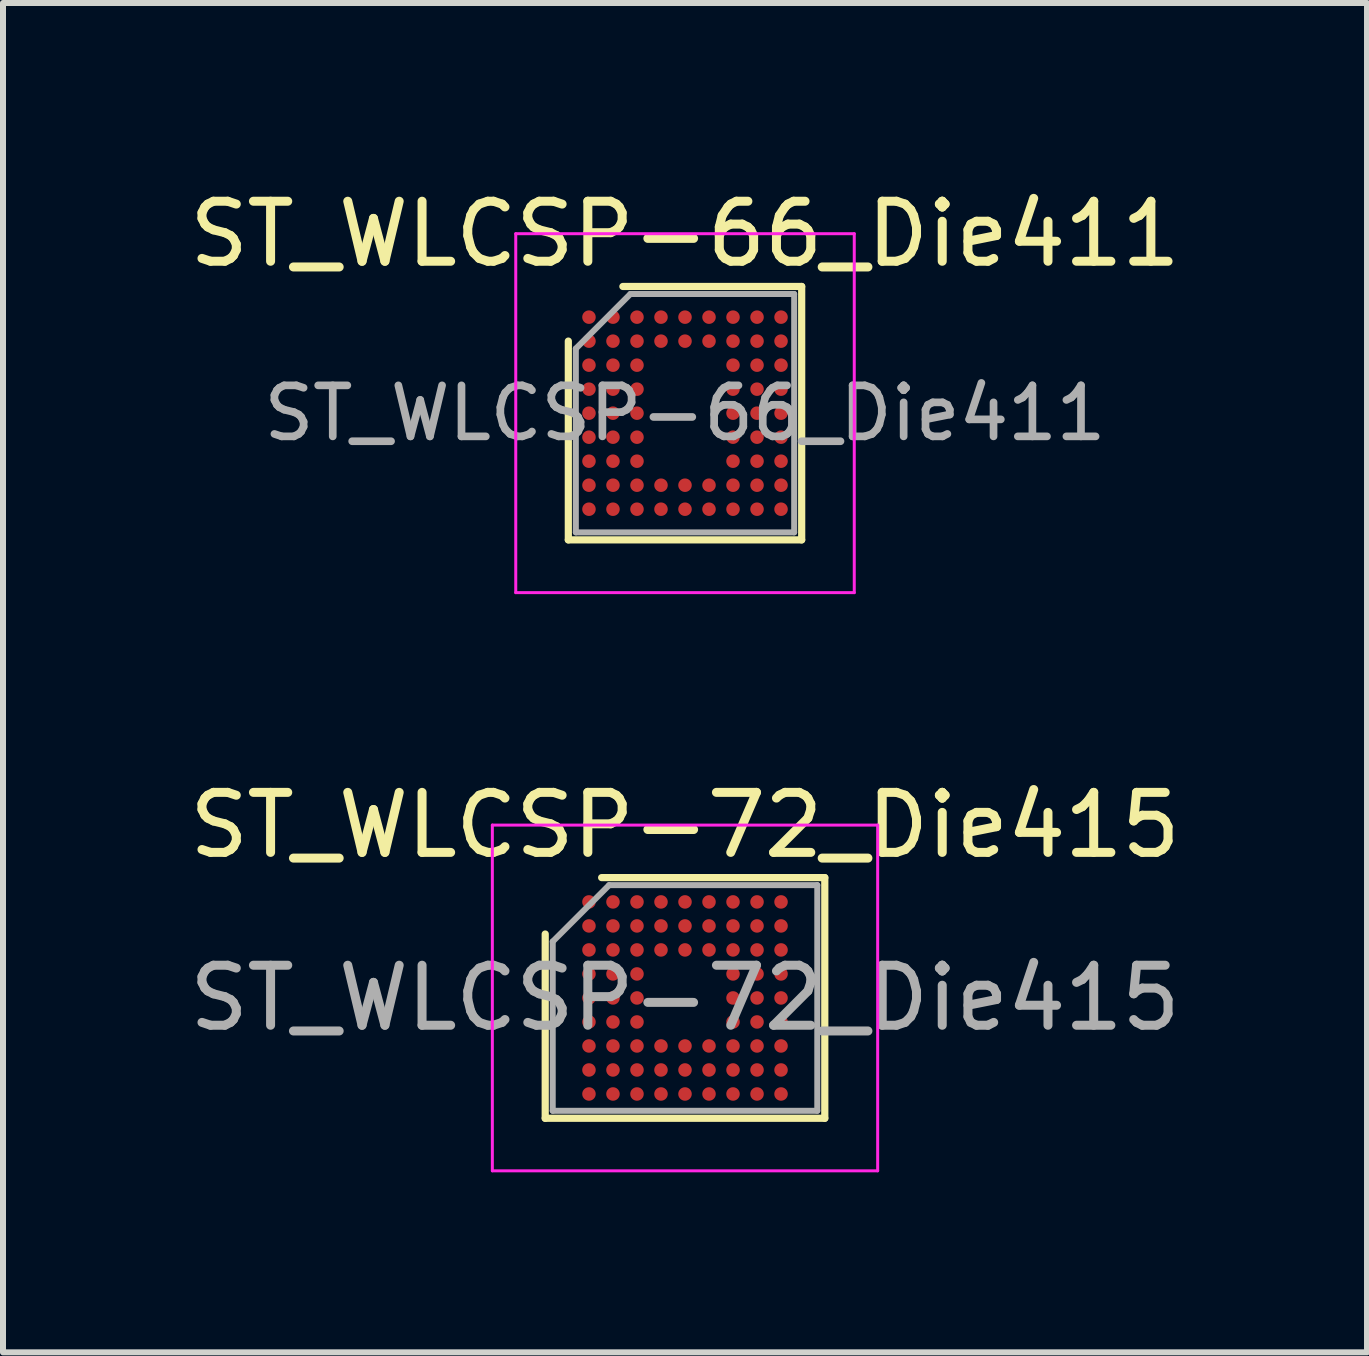
<source format=kicad_pcb>
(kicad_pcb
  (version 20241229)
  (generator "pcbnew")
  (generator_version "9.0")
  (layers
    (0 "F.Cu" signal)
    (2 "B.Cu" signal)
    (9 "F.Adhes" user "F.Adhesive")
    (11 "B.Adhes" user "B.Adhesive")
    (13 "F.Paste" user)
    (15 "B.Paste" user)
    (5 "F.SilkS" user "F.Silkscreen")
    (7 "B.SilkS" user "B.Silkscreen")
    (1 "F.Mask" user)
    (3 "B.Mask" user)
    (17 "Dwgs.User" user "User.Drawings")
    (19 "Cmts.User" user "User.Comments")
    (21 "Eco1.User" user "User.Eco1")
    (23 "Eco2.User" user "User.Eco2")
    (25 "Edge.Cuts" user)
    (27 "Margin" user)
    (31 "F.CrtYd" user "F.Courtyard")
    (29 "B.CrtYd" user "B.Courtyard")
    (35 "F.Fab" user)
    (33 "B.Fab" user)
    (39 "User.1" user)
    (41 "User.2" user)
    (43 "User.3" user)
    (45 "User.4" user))
  (footprint "ST_WLCSP-72_Die415"
    (layer "F.Cu")
    (at 8.363 13.577)
    (property "Reference" "ST_WLCSP-72_Die415" (at 0 -2.88 0) (layer "F.SilkS") (effects (font (size 1 1) (thickness 0.15))))
    (attr smd)
    (fp_line (start -2.329 2.005) (end -2.329 -1.065) (stroke (width 0.12) (type solid)) (layer "F.SilkS"))
    (fp_line (start -1.389 -2.005) (end 2.329 -2.005) (stroke (width 0.12) (type solid)) (layer "F.SilkS"))
    (fp_line (start 2.329 -2.005) (end 2.329 2.005) (stroke (width 0.12) (type solid)) (layer "F.SilkS"))
    (fp_line (start 2.329 2.005) (end -2.329 2.005) (stroke (width 0.12) (type solid)) (layer "F.SilkS"))
    (fp_line (start -3.21 -2.88) (end -3.21 2.88) (stroke (width 0.05) (type solid)) (layer "F.CrtYd"))
    (fp_line (start -3.21 2.88) (end 3.21 2.88) (stroke (width 0.05) (type solid)) (layer "F.CrtYd"))
    (fp_line (start 3.21 -2.88) (end -3.21 -2.88) (stroke (width 0.05) (type solid)) (layer "F.CrtYd"))
    (fp_line (start 3.21 2.88) (end 3.21 -2.88) (stroke (width 0.05) (type solid)) (layer "F.CrtYd"))
    (fp_line (start -2.204 -0.94) (end -1.264 -1.88) (stroke (width 0.1) (type solid)) (layer "F.Fab"))
    (fp_line (start -2.204 1.88) (end -2.204 -0.94) (stroke (width 0.1) (type solid)) (layer "F.Fab"))
    (fp_line (start -1.264 -1.88) (end 2.204 -1.88) (stroke (width 0.1) (type solid)) (layer "F.Fab"))
    (fp_line (start 2.204 -1.88) (end 2.204 1.88) (stroke (width 0.1) (type solid)) (layer "F.Fab"))
    (fp_line (start 2.204 1.88) (end -2.204 1.88) (stroke (width 0.1) (type solid)) (layer "F.Fab"))
    (fp_text user "${REFERENCE}" (at 0 0 0) (layer "F.Fab") (effects (font (size 1 1) (thickness 0.15))))
    (pad "A1" smd circle (at -1.6 -1.6) (size 0.225 0.225) (layers "F.Cu" "F.Mask" "F.Paste"))
    (pad "A2" smd circle (at -1.2 -1.6) (size 0.225 0.225) (layers "F.Cu" "F.Mask" "F.Paste"))
    (pad "A3" smd circle (at -0.8 -1.6) (size 0.225 0.225) (layers "F.Cu" "F.Mask" "F.Paste"))
    (pad "A4" smd circle (at -0.4 -1.6) (size 0.225 0.225) (layers "F.Cu" "F.Mask" "F.Paste"))
    (pad "A5" smd circle (at 0 -1.6) (size 0.225 0.225) (layers "F.Cu" "F.Mask" "F.Paste"))
    (pad "A6" smd circle (at 0.4 -1.6) (size 0.225 0.225) (layers "F.Cu" "F.Mask" "F.Paste"))
    (pad "A7" smd circle (at 0.8 -1.6) (size 0.225 0.225) (layers "F.Cu" "F.Mask" "F.Paste"))
    (pad "A8" smd circle (at 1.2 -1.6) (size 0.225 0.225) (layers "F.Cu" "F.Mask" "F.Paste"))
    (pad "A9" smd circle (at 1.6 -1.6) (size 0.225 0.225) (layers "F.Cu" "F.Mask" "F.Paste"))
    (pad "B1" smd circle (at -1.6 -1.2) (size 0.225 0.225) (layers "F.Cu" "F.Mask" "F.Paste"))
    (pad "B2" smd circle (at -1.2 -1.2) (size 0.225 0.225) (layers "F.Cu" "F.Mask" "F.Paste"))
    (pad "B3" smd circle (at -0.8 -1.2) (size 0.225 0.225) (layers "F.Cu" "F.Mask" "F.Paste"))
    (pad "B4" smd circle (at -0.4 -1.2) (size 0.225 0.225) (layers "F.Cu" "F.Mask" "F.Paste"))
    (pad "B5" smd circle (at 0 -1.2) (size 0.225 0.225) (layers "F.Cu" "F.Mask" "F.Paste"))
    (pad "B6" smd circle (at 0.4 -1.2) (size 0.225 0.225) (layers "F.Cu" "F.Mask" "F.Paste"))
    (pad "B7" smd circle (at 0.8 -1.2) (size 0.225 0.225) (layers "F.Cu" "F.Mask" "F.Paste"))
    (pad "B8" smd circle (at 1.2 -1.2) (size 0.225 0.225) (layers "F.Cu" "F.Mask" "F.Paste"))
    (pad "B9" smd circle (at 1.6 -1.2) (size 0.225 0.225) (layers "F.Cu" "F.Mask" "F.Paste"))
    (pad "C1" smd circle (at -1.6 -0.8) (size 0.225 0.225) (layers "F.Cu" "F.Mask" "F.Paste"))
    (pad "C2" smd circle (at -1.2 -0.8) (size 0.225 0.225) (layers "F.Cu" "F.Mask" "F.Paste"))
    (pad "C3" smd circle (at -0.8 -0.8) (size 0.225 0.225) (layers "F.Cu" "F.Mask" "F.Paste"))
    (pad "C4" smd circle (at -0.4 -0.8) (size 0.225 0.225) (layers "F.Cu" "F.Mask" "F.Paste"))
    (pad "C5" smd circle (at 0 -0.8) (size 0.225 0.225) (layers "F.Cu" "F.Mask" "F.Paste"))
    (pad "C6" smd circle (at 0.4 -0.8) (size 0.225 0.225) (layers "F.Cu" "F.Mask" "F.Paste"))
    (pad "C7" smd circle (at 0.8 -0.8) (size 0.225 0.225) (layers "F.Cu" "F.Mask" "F.Paste"))
    (pad "C8" smd circle (at 1.2 -0.8) (size 0.225 0.225) (layers "F.Cu" "F.Mask" "F.Paste"))
    (pad "C9" smd circle (at 1.6 -0.8) (size 0.225 0.225) (layers "F.Cu" "F.Mask" "F.Paste"))
    (pad "D1" smd circle (at -1.6 -0.4) (size 0.225 0.225) (layers "F.Cu" "F.Mask" "F.Paste"))
    (pad "D2" smd circle (at -1.2 -0.4) (size 0.225 0.225) (layers "F.Cu" "F.Mask" "F.Paste"))
    (pad "D3" smd circle (at -0.8 -0.4) (size 0.225 0.225) (layers "F.Cu" "F.Mask" "F.Paste"))
    (pad "D7" smd circle (at 0.8 -0.4) (size 0.225 0.225) (layers "F.Cu" "F.Mask" "F.Paste"))
    (pad "D8" smd circle (at 1.2 -0.4) (size 0.225 0.225) (layers "F.Cu" "F.Mask" "F.Paste"))
    (pad "D9" smd circle (at 1.6 -0.4) (size 0.225 0.225) (layers "F.Cu" "F.Mask" "F.Paste"))
    (pad "E1" smd circle (at -1.6 0) (size 0.225 0.225) (layers "F.Cu" "F.Mask" "F.Paste"))
    (pad "E2" smd circle (at -1.2 0) (size 0.225 0.225) (layers "F.Cu" "F.Mask" "F.Paste"))
    (pad "E3" smd circle (at -0.8 0) (size 0.225 0.225) (layers "F.Cu" "F.Mask" "F.Paste"))
    (pad "E7" smd circle (at 0.8 0) (size 0.225 0.225) (layers "F.Cu" "F.Mask" "F.Paste"))
    (pad "E8" smd circle (at 1.2 0) (size 0.225 0.225) (layers "F.Cu" "F.Mask" "F.Paste"))
    (pad "E9" smd circle (at 1.6 0) (size 0.225 0.225) (layers "F.Cu" "F.Mask" "F.Paste"))
    (pad "F1" smd circle (at -1.6 0.4) (size 0.225 0.225) (layers "F.Cu" "F.Mask" "F.Paste"))
    (pad "F2" smd circle (at -1.2 0.4) (size 0.225 0.225) (layers "F.Cu" "F.Mask" "F.Paste"))
    (pad "F3" smd circle (at -0.8 0.4) (size 0.225 0.225) (layers "F.Cu" "F.Mask" "F.Paste"))
    (pad "F7" smd circle (at 0.8 0.4) (size 0.225 0.225) (layers "F.Cu" "F.Mask" "F.Paste"))
    (pad "F8" smd circle (at 1.2 0.4) (size 0.225 0.225) (layers "F.Cu" "F.Mask" "F.Paste"))
    (pad "F9" smd circle (at 1.6 0.4) (size 0.225 0.225) (layers "F.Cu" "F.Mask" "F.Paste"))
    (pad "G1" smd circle (at -1.6 0.8) (size 0.225 0.225) (layers "F.Cu" "F.Mask" "F.Paste"))
    (pad "G2" smd circle (at -1.2 0.8) (size 0.225 0.225) (layers "F.Cu" "F.Mask" "F.Paste"))
    (pad "G3" smd circle (at -0.8 0.8) (size 0.225 0.225) (layers "F.Cu" "F.Mask" "F.Paste"))
    (pad "G4" smd circle (at -0.4 0.8) (size 0.225 0.225) (layers "F.Cu" "F.Mask" "F.Paste"))
    (pad "G5" smd circle (at 0 0.8) (size 0.225 0.225) (layers "F.Cu" "F.Mask" "F.Paste"))
    (pad "G6" smd circle (at 0.4 0.8) (size 0.225 0.225) (layers "F.Cu" "F.Mask" "F.Paste"))
    (pad "G7" smd circle (at 0.8 0.8) (size 0.225 0.225) (layers "F.Cu" "F.Mask" "F.Paste"))
    (pad "G8" smd circle (at 1.2 0.8) (size 0.225 0.225) (layers "F.Cu" "F.Mask" "F.Paste"))
    (pad "G9" smd circle (at 1.6 0.8) (size 0.225 0.225) (layers "F.Cu" "F.Mask" "F.Paste"))
    (pad "H1" smd circle (at -1.6 1.2) (size 0.225 0.225) (layers "F.Cu" "F.Mask" "F.Paste"))
    (pad "H2" smd circle (at -1.2 1.2) (size 0.225 0.225) (layers "F.Cu" "F.Mask" "F.Paste"))
    (pad "H3" smd circle (at -0.8 1.2) (size 0.225 0.225) (layers "F.Cu" "F.Mask" "F.Paste"))
    (pad "H4" smd circle (at -0.4 1.2) (size 0.225 0.225) (layers "F.Cu" "F.Mask" "F.Paste"))
    (pad "H5" smd circle (at 0 1.2) (size 0.225 0.225) (layers "F.Cu" "F.Mask" "F.Paste"))
    (pad "H6" smd circle (at 0.4 1.2) (size 0.225 0.225) (layers "F.Cu" "F.Mask" "F.Paste"))
    (pad "H7" smd circle (at 0.8 1.2) (size 0.225 0.225) (layers "F.Cu" "F.Mask" "F.Paste"))
    (pad "H8" smd circle (at 1.2 1.2) (size 0.225 0.225) (layers "F.Cu" "F.Mask" "F.Paste"))
    (pad "H9" smd circle (at 1.6 1.2) (size 0.225 0.225) (layers "F.Cu" "F.Mask" "F.Paste"))
    (pad "J1" smd circle (at -1.6 1.6) (size 0.225 0.225) (layers "F.Cu" "F.Mask" "F.Paste"))
    (pad "J2" smd circle (at -1.2 1.6) (size 0.225 0.225) (layers "F.Cu" "F.Mask" "F.Paste"))
    (pad "J3" smd circle (at -0.8 1.6) (size 0.225 0.225) (layers "F.Cu" "F.Mask" "F.Paste"))
    (pad "J4" smd circle (at -0.4 1.6) (size 0.225 0.225) (layers "F.Cu" "F.Mask" "F.Paste"))
    (pad "J5" smd circle (at 0 1.6) (size 0.225 0.225) (layers "F.Cu" "F.Mask" "F.Paste"))
    (pad "J6" smd circle (at 0.4 1.6) (size 0.225 0.225) (layers "F.Cu" "F.Mask" "F.Paste"))
    (pad "J7" smd circle (at 0.8 1.6) (size 0.225 0.225) (layers "F.Cu" "F.Mask" "F.Paste"))
    (pad "J8" smd circle (at 1.2 1.6) (size 0.225 0.225) (layers "F.Cu" "F.Mask" "F.Paste"))
    (pad "J9" smd circle (at 1.6 1.6) (size 0.225 0.225) (layers "F.Cu" "F.Mask" "F.Paste")))
  (footprint "ST_WLCSP-66_Die411"
    (layer "F.Cu")
    (at 8.363 3.834)
    (property "Reference" "ST_WLCSP-66_Die411" (at 0 -2.986 0) (layer "F.SilkS") (effects (font (size 1 1) (thickness 0.15))))
    (attr smd)
    (fp_line (start -1.944 2.111) (end -1.944 -1.201) (stroke (width 0.12) (type solid)) (layer "F.SilkS"))
    (fp_line (start -1.035 -2.111) (end 1.944 -2.111) (stroke (width 0.12) (type solid)) (layer "F.SilkS"))
    (fp_line (start 1.944 -2.111) (end 1.944 2.111) (stroke (width 0.12) (type solid)) (layer "F.SilkS"))
    (fp_line (start 1.944 2.111) (end -1.944 2.111) (stroke (width 0.12) (type solid)) (layer "F.SilkS"))
    (fp_line (start -2.82 -2.99) (end -2.82 2.99) (stroke (width 0.05) (type solid)) (layer "F.CrtYd"))
    (fp_line (start -2.82 2.99) (end 2.82 2.99) (stroke (width 0.05) (type solid)) (layer "F.CrtYd"))
    (fp_line (start 2.82 -2.99) (end -2.82 -2.99) (stroke (width 0.05) (type solid)) (layer "F.CrtYd"))
    (fp_line (start 2.82 2.99) (end 2.82 -2.99) (stroke (width 0.05) (type solid)) (layer "F.CrtYd"))
    (fp_line (start -1.819 -1.076) (end -0.91 -1.986) (stroke (width 0.1) (type solid)) (layer "F.Fab"))
    (fp_line (start -1.819 1.986) (end -1.819 -1.076) (stroke (width 0.1) (type solid)) (layer "F.Fab"))
    (fp_line (start -0.91 -1.986) (end 1.819 -1.986) (stroke (width 0.1) (type solid)) (layer "F.Fab"))
    (fp_line (start 1.819 -1.986) (end 1.819 1.986) (stroke (width 0.1) (type solid)) (layer "F.Fab"))
    (fp_line (start 1.819 1.986) (end -1.819 1.986) (stroke (width 0.1) (type solid)) (layer "F.Fab"))
    (fp_text user "${REFERENCE}" (at 0 0 0) (layer "F.Fab") (effects (font (size 0.85 0.85) (thickness 0.128))))
    (pad "A1" smd circle (at -1.6 -1.6) (size 0.225 0.225) (layers "F.Cu" "F.Mask" "F.Paste"))
    (pad "A2" smd circle (at -1.2 -1.6) (size 0.225 0.225) (layers "F.Cu" "F.Mask" "F.Paste"))
    (pad "A3" smd circle (at -0.8 -1.6) (size 0.225 0.225) (layers "F.Cu" "F.Mask" "F.Paste"))
    (pad "A4" smd circle (at -0.4 -1.6) (size 0.225 0.225) (layers "F.Cu" "F.Mask" "F.Paste"))
    (pad "A5" smd circle (at 0 -1.6) (size 0.225 0.225) (layers "F.Cu" "F.Mask" "F.Paste"))
    (pad "A6" smd circle (at 0.4 -1.6) (size 0.225 0.225) (layers "F.Cu" "F.Mask" "F.Paste"))
    (pad "A7" smd circle (at 0.8 -1.6) (size 0.225 0.225) (layers "F.Cu" "F.Mask" "F.Paste"))
    (pad "A8" smd circle (at 1.2 -1.6) (size 0.225 0.225) (layers "F.Cu" "F.Mask" "F.Paste"))
    (pad "A9" smd circle (at 1.6 -1.6) (size 0.225 0.225) (layers "F.Cu" "F.Mask" "F.Paste"))
    (pad "B1" smd circle (at -1.6 -1.2) (size 0.225 0.225) (layers "F.Cu" "F.Mask" "F.Paste"))
    (pad "B2" smd circle (at -1.2 -1.2) (size 0.225 0.225) (layers "F.Cu" "F.Mask" "F.Paste"))
    (pad "B3" smd circle (at -0.8 -1.2) (size 0.225 0.225) (layers "F.Cu" "F.Mask" "F.Paste"))
    (pad "B4" smd circle (at -0.4 -1.2) (size 0.225 0.225) (layers "F.Cu" "F.Mask" "F.Paste"))
    (pad "B5" smd circle (at 0 -1.2) (size 0.225 0.225) (layers "F.Cu" "F.Mask" "F.Paste"))
    (pad "B6" smd circle (at 0.4 -1.2) (size 0.225 0.225) (layers "F.Cu" "F.Mask" "F.Paste"))
    (pad "B7" smd circle (at 0.8 -1.2) (size 0.225 0.225) (layers "F.Cu" "F.Mask" "F.Paste"))
    (pad "B8" smd circle (at 1.2 -1.2) (size 0.225 0.225) (layers "F.Cu" "F.Mask" "F.Paste"))
    (pad "B9" smd circle (at 1.6 -1.2) (size 0.225 0.225) (layers "F.Cu" "F.Mask" "F.Paste"))
    (pad "C1" smd circle (at -1.6 -0.8) (size 0.225 0.225) (layers "F.Cu" "F.Mask" "F.Paste"))
    (pad "C2" smd circle (at -1.2 -0.8) (size 0.225 0.225) (layers "F.Cu" "F.Mask" "F.Paste"))
    (pad "C3" smd circle (at -0.8 -0.8) (size 0.225 0.225) (layers "F.Cu" "F.Mask" "F.Paste"))
    (pad "C7" smd circle (at 0.8 -0.8) (size 0.225 0.225) (layers "F.Cu" "F.Mask" "F.Paste"))
    (pad "C8" smd circle (at 1.2 -0.8) (size 0.225 0.225) (layers "F.Cu" "F.Mask" "F.Paste"))
    (pad "C9" smd circle (at 1.6 -0.8) (size 0.225 0.225) (layers "F.Cu" "F.Mask" "F.Paste"))
    (pad "D1" smd circle (at -1.6 -0.4) (size 0.225 0.225) (layers "F.Cu" "F.Mask" "F.Paste"))
    (pad "D2" smd circle (at -1.2 -0.4) (size 0.225 0.225) (layers "F.Cu" "F.Mask" "F.Paste"))
    (pad "D3" smd circle (at -0.8 -0.4) (size 0.225 0.225) (layers "F.Cu" "F.Mask" "F.Paste"))
    (pad "D7" smd circle (at 0.8 -0.4) (size 0.225 0.225) (layers "F.Cu" "F.Mask" "F.Paste"))
    (pad "D8" smd circle (at 1.2 -0.4) (size 0.225 0.225) (layers "F.Cu" "F.Mask" "F.Paste"))
    (pad "D9" smd circle (at 1.6 -0.4) (size 0.225 0.225) (layers "F.Cu" "F.Mask" "F.Paste"))
    (pad "E1" smd circle (at -1.6 0) (size 0.225 0.225) (layers "F.Cu" "F.Mask" "F.Paste"))
    (pad "E2" smd circle (at -1.2 0) (size 0.225 0.225) (layers "F.Cu" "F.Mask" "F.Paste"))
    (pad "E3" smd circle (at -0.8 0) (size 0.225 0.225) (layers "F.Cu" "F.Mask" "F.Paste"))
    (pad "E7" smd circle (at 0.8 0) (size 0.225 0.225) (layers "F.Cu" "F.Mask" "F.Paste"))
    (pad "E8" smd circle (at 1.2 0) (size 0.225 0.225) (layers "F.Cu" "F.Mask" "F.Paste"))
    (pad "E9" smd circle (at 1.6 0) (size 0.225 0.225) (layers "F.Cu" "F.Mask" "F.Paste"))
    (pad "F1" smd circle (at -1.6 0.4) (size 0.225 0.225) (layers "F.Cu" "F.Mask" "F.Paste"))
    (pad "F2" smd circle (at -1.2 0.4) (size 0.225 0.225) (layers "F.Cu" "F.Mask" "F.Paste"))
    (pad "F3" smd circle (at -0.8 0.4) (size 0.225 0.225) (layers "F.Cu" "F.Mask" "F.Paste"))
    (pad "F7" smd circle (at 0.8 0.4) (size 0.225 0.225) (layers "F.Cu" "F.Mask" "F.Paste"))
    (pad "F8" smd circle (at 1.2 0.4) (size 0.225 0.225) (layers "F.Cu" "F.Mask" "F.Paste"))
    (pad "F9" smd circle (at 1.6 0.4) (size 0.225 0.225) (layers "F.Cu" "F.Mask" "F.Paste"))
    (pad "G1" smd circle (at -1.6 0.8) (size 0.225 0.225) (layers "F.Cu" "F.Mask" "F.Paste"))
    (pad "G2" smd circle (at -1.2 0.8) (size 0.225 0.225) (layers "F.Cu" "F.Mask" "F.Paste"))
    (pad "G3" smd circle (at -0.8 0.8) (size 0.225 0.225) (layers "F.Cu" "F.Mask" "F.Paste"))
    (pad "G7" smd circle (at 0.8 0.8) (size 0.225 0.225) (layers "F.Cu" "F.Mask" "F.Paste"))
    (pad "G8" smd circle (at 1.2 0.8) (size 0.225 0.225) (layers "F.Cu" "F.Mask" "F.Paste"))
    (pad "G9" smd circle (at 1.6 0.8) (size 0.225 0.225) (layers "F.Cu" "F.Mask" "F.Paste"))
    (pad "H1" smd circle (at -1.6 1.2) (size 0.225 0.225) (layers "F.Cu" "F.Mask" "F.Paste"))
    (pad "H2" smd circle (at -1.2 1.2) (size 0.225 0.225) (layers "F.Cu" "F.Mask" "F.Paste"))
    (pad "H3" smd circle (at -0.8 1.2) (size 0.225 0.225) (layers "F.Cu" "F.Mask" "F.Paste"))
    (pad "H4" smd circle (at -0.4 1.2) (size 0.225 0.225) (layers "F.Cu" "F.Mask" "F.Paste"))
    (pad "H5" smd circle (at 0 1.2) (size 0.225 0.225) (layers "F.Cu" "F.Mask" "F.Paste"))
    (pad "H6" smd circle (at 0.4 1.2) (size 0.225 0.225) (layers "F.Cu" "F.Mask" "F.Paste"))
    (pad "H7" smd circle (at 0.8 1.2) (size 0.225 0.225) (layers "F.Cu" "F.Mask" "F.Paste"))
    (pad "H8" smd circle (at 1.2 1.2) (size 0.225 0.225) (layers "F.Cu" "F.Mask" "F.Paste"))
    (pad "H9" smd circle (at 1.6 1.2) (size 0.225 0.225) (layers "F.Cu" "F.Mask" "F.Paste"))
    (pad "J1" smd circle (at -1.6 1.6) (size 0.225 0.225) (layers "F.Cu" "F.Mask" "F.Paste"))
    (pad "J2" smd circle (at -1.2 1.6) (size 0.225 0.225) (layers "F.Cu" "F.Mask" "F.Paste"))
    (pad "J3" smd circle (at -0.8 1.6) (size 0.225 0.225) (layers "F.Cu" "F.Mask" "F.Paste"))
    (pad "J4" smd circle (at -0.4 1.6) (size 0.225 0.225) (layers "F.Cu" "F.Mask" "F.Paste"))
    (pad "J5" smd circle (at 0 1.6) (size 0.225 0.225) (layers "F.Cu" "F.Mask" "F.Paste"))
    (pad "J6" smd circle (at 0.4 1.6) (size 0.225 0.225) (layers "F.Cu" "F.Mask" "F.Paste"))
    (pad "J7" smd circle (at 0.8 1.6) (size 0.225 0.225) (layers "F.Cu" "F.Mask" "F.Paste"))
    (pad "J8" smd circle (at 1.2 1.6) (size 0.225 0.225) (layers "F.Cu" "F.Mask" "F.Paste"))
    (pad "J9" smd circle (at 1.6 1.6) (size 0.225 0.225) (layers "F.Cu" "F.Mask" "F.Paste")))
  (gr_rect
    (start -3 -3)
    (end 19.726 19.482)
    (stroke (width 0.1) (type default))
    (fill no)
    (layer "Edge.Cuts")))
</source>
